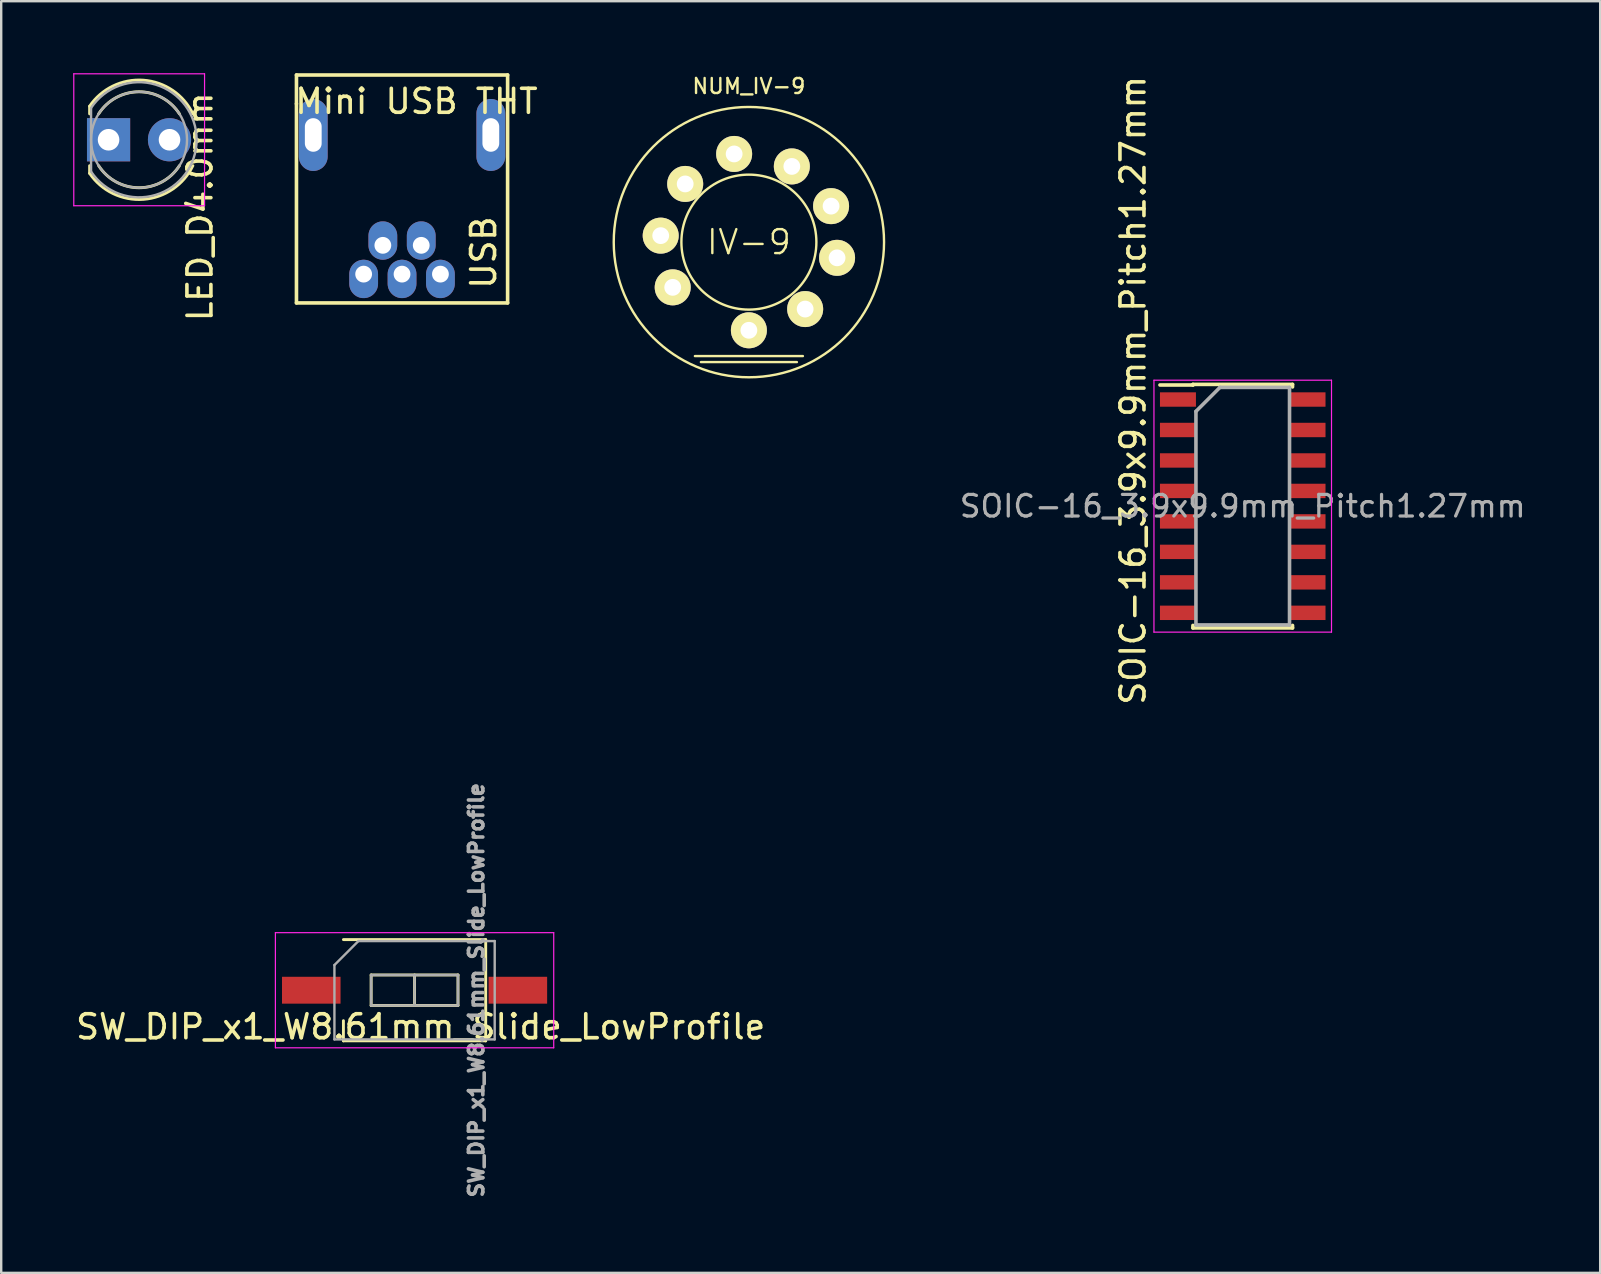
<source format=kicad_pcb>
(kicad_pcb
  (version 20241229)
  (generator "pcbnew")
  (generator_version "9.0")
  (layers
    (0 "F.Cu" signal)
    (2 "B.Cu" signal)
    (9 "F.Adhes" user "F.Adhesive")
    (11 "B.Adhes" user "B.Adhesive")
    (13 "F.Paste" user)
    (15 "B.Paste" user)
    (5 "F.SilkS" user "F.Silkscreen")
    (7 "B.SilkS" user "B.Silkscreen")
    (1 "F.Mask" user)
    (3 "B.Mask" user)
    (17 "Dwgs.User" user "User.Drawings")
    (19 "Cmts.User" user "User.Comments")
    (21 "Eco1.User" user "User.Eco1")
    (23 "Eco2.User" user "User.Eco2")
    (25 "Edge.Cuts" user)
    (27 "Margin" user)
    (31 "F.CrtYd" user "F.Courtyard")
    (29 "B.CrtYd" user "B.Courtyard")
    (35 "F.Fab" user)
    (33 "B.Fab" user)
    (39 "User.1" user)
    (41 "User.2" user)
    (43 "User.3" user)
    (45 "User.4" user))
  (footprint "Mini USB THT"
    (layer "F.Cu")
    (at 13.806 11.075)
    (property "Reference" "Mini USB THT" (at 0.5 -9.9 0) (layer "F.SilkS") (effects (font (size 1 1) (thickness 0.15))))
    (attr through_hole)
    (fp_line (start -4.5 -11) (end -4.5 -9.8) (stroke (width 0.15) (type solid)) (layer "F.SilkS"))
    (fp_line (start -4.5 -11) (end 4.3 -11) (stroke (width 0.15) (type solid)) (layer "F.SilkS"))
    (fp_line (start -4.5 -9.8) (end -4.5 -1.5) (stroke (width 0.15) (type solid)) (layer "F.SilkS"))
    (fp_line (start -4.5 -1.5) (end 4.3 -1.5) (stroke (width 0.15) (type solid)) (layer "F.SilkS"))
    (fp_line (start 4.3 -1.5) (end 4.3 -11) (stroke (width 0.15) (type solid)) (layer "F.SilkS"))
    (fp_text user "USB" (at 3.3 -3.6 270) (layer "F.SilkS") (effects (font (size 1 1) (thickness 0.15))))
    (pad "1" thru_hole oval (at 1.5 -2.7) (size 1.2 1.6) (drill 0.7 (offset 0 0.2)) (layers "*.Cu" "*.Mask"))
    (pad "2" thru_hole oval (at 0.7 -3.9) (size 1.2 1.6) (drill 0.7 (offset 0 -0.2)) (layers "*.Cu" "*.Mask"))
    (pad "3" thru_hole oval (at -0.1 -2.7) (size 1.2 1.6) (drill 0.7 (offset 0 0.2)) (layers "*.Cu" "*.Mask"))
    (pad "4" thru_hole oval (at -0.9 -3.9) (size 1.2 1.6) (drill 0.7 (offset 0 -0.2)) (layers "*.Cu" "*.Mask"))
    (pad "5" thru_hole oval (at -1.7 -2.7) (size 1.2 1.6) (drill 0.7 (offset 0 0.2)) (layers "*.Cu" "*.Mask"))
    (pad "6" thru_hole oval (at -3.8 -8.5) (size 1.2 3) (drill oval 0.7 1.4) (layers "*.Cu" "*.Mask"))
    (pad "6" thru_hole oval (at 3.6 -8.5) (size 1.2 3) (drill oval 0.7 1.4) (layers "*.Cu" "*.Mask")))
  (footprint "NUM_IV-9"
    (layer "F.Cu")
    (at 28.162 7.041)
    (property "Reference" "NUM_IV-9" (at 0 -6.5 0) (layer "F.SilkS") (effects (font (size 0.625 0.625) (thickness 0.1))))
    (attr through_hole)
    (fp_line (start -2.25 4.75) (end 2.25 4.75) (stroke (width 0.1) (type solid)) (layer "F.SilkS"))
    (fp_line (start -2 5) (end 2 5) (stroke (width 0.1) (type solid)) (layer "F.SilkS"))
    (fp_circle (center 0 0) (end 1.989 1.989) (stroke (width 0.1) (type solid)) (fill no) (layer "F.SilkS"))
    (fp_circle (center 0 0) (end 3.983 3.983) (stroke (width 0.1) (type solid)) (fill no) (layer "F.SilkS"))
    (fp_text user "IV-9" (at 0 0 0) (layer "F.SilkS") (effects (font (size 1 1) (thickness 0.1))))
    (pad "1" thru_hole circle (at 0 3.675) (size 1.5 1.5) (drill 0.7) (layers "*.Cu" "*.Mask" "F.SilkS"))
    (pad "2" thru_hole circle (at 2.345 2.79) (size 1.5 1.5) (drill 0.7) (layers "*.Cu" "*.Mask" "F.SilkS"))
    (pad "3" thru_hole circle (at 3.675 0.655) (size 1.5 1.5) (drill 0.7) (layers "*.Cu" "*.Mask" "F.SilkS"))
    (pad "4" thru_hole circle (at 3.425 -1.5) (size 1.5 1.5) (drill 0.7) (layers "*.Cu" "*.Mask" "F.SilkS"))
    (pad "5" thru_hole circle (at 1.79 -3.155) (size 1.5 1.5) (drill 0.7) (layers "*.Cu" "*.Mask" "F.SilkS"))
    (pad "6" thru_hole circle (at -0.615 -3.675) (size 1.5 1.5) (drill 0.7) (layers "*.Cu" "*.Mask" "F.SilkS"))
    (pad "7" thru_hole circle (at -2.655 -2.425) (size 1.5 1.5) (drill 0.7) (layers "*.Cu" "*.Mask" "F.SilkS"))
    (pad "8" thru_hole circle (at -3.675 -0.27) (size 1.5 1.5) (drill 0.7) (layers "*.Cu" "*.Mask" "F.SilkS"))
    (pad "9" thru_hole circle (at -3.175 1.885) (size 1.5 1.5) (drill 0.7) (layers "*.Cu" "*.Mask" "F.SilkS")))
  (footprint "LED_D4.0mm"
    (layer "F.Cu")
    (at 1.475 2.775)
    (property "Reference" "LED_D4.0mm" (at 3.81 2.794 90) (layer "F.SilkS") (effects (font (size 1 1) (thickness 0.15))))
    (attr through_hole)
    (fp_line (start -0.79 -1.399) (end -0.79 -1.08) (stroke (width 0.12) (type solid)) (layer "F.SilkS"))
    (fp_line (start -0.79 1.08) (end -0.79 1.399) (stroke (width 0.12) (type solid)) (layer "F.SilkS"))
    (fp_arc (start -0.79 -1.398749) (mid 1.453519 -2.483228) (end 3.513242 -1.080724) (stroke (width 0.12) (type solid)) (layer "F.SilkS"))
    (fp_arc (start -0.41333 -1.08) (mid 1.269429 -2) (end 2.952713 -1.080961) (stroke (width 0.12) (type solid)) (layer "F.SilkS"))
    (fp_arc (start 2.952713 1.080961) (mid 1.269429 2) (end -0.41333 1.08) (stroke (width 0.12) (type solid)) (layer "F.SilkS"))
    (fp_arc (start 3.513242 1.080724) (mid 1.453519 2.483228) (end -0.79 1.398749) (stroke (width 0.12) (type solid)) (layer "F.SilkS"))
    (fp_line (start -1.45 -2.75) (end -1.45 2.75) (stroke (width 0.05) (type solid)) (layer "F.CrtYd"))
    (fp_line (start -1.45 2.75) (end 4 2.75) (stroke (width 0.05) (type solid)) (layer "F.CrtYd"))
    (fp_line (start 4 -2.75) (end -1.45 -2.75) (stroke (width 0.05) (type solid)) (layer "F.CrtYd"))
    (fp_line (start 4 2.75) (end 4 -2.75) (stroke (width 0.05) (type solid)) (layer "F.CrtYd"))
    (fp_line (start -0.73 -1.327) (end -0.73 1.327) (stroke (width 0.1) (type solid)) (layer "F.Fab"))
    (fp_arc (start -0.73 -1.32665) (mid 3.67 0.000306) (end -0.730339 1.32614) (stroke (width 0.1) (type solid)) (layer "F.Fab"))
    (fp_circle (center 1.27 0) (end 3.27 0) (stroke (width 0.1) (type solid)) (fill no) (layer "F.Fab"))
    (pad "1" thru_hole rect (at 0 0) (size 1.8 1.8) (drill 0.9) (layers "*.Cu" "*.Mask"))
    (pad "2" thru_hole circle (at 2.54 0) (size 1.8 1.8) (drill 0.9) (layers "*.Cu" "*.Mask")))
  (footprint "SOIC-16_3.9x9.9mm_Pitch1.27mm"
    (layer "F.Cu")
    (at 48.744 18.046)
    (property "Reference" "SOIC-16_3.9x9.9mm_Pitch1.27mm" (at -4.572 -4.826 270) (layer "F.SilkS") (effects (font (size 1 1) (thickness 0.15))))
    (attr smd)
    (fp_line (start -2.075 -5.075) (end -2.075 -5.05) (stroke (width 0.15) (type solid)) (layer "F.SilkS"))
    (fp_line (start -2.075 -5.075) (end 2.075 -5.075) (stroke (width 0.15) (type solid)) (layer "F.SilkS"))
    (fp_line (start -2.075 -5.05) (end -3.45 -5.05) (stroke (width 0.15) (type solid)) (layer "F.SilkS"))
    (fp_line (start -2.075 5.075) (end -2.075 4.97) (stroke (width 0.15) (type solid)) (layer "F.SilkS"))
    (fp_line (start -2.075 5.075) (end 2.075 5.075) (stroke (width 0.15) (type solid)) (layer "F.SilkS"))
    (fp_line (start 2.075 -5.075) (end 2.075 -4.97) (stroke (width 0.15) (type solid)) (layer "F.SilkS"))
    (fp_line (start 2.075 5.075) (end 2.075 4.97) (stroke (width 0.15) (type solid)) (layer "F.SilkS"))
    (fp_line (start -3.7 -5.25) (end -3.7 5.25) (stroke (width 0.05) (type solid)) (layer "F.CrtYd"))
    (fp_line (start -3.7 -5.25) (end 3.7 -5.25) (stroke (width 0.05) (type solid)) (layer "F.CrtYd"))
    (fp_line (start -3.7 5.25) (end 3.7 5.25) (stroke (width 0.05) (type solid)) (layer "F.CrtYd"))
    (fp_line (start 3.7 -5.25) (end 3.7 5.25) (stroke (width 0.05) (type solid)) (layer "F.CrtYd"))
    (fp_line (start -1.95 -3.95) (end -0.95 -4.95) (stroke (width 0.15) (type solid)) (layer "F.Fab"))
    (fp_line (start -1.95 4.95) (end -1.95 -3.95) (stroke (width 0.15) (type solid)) (layer "F.Fab"))
    (fp_line (start -0.95 -4.95) (end 1.95 -4.95) (stroke (width 0.15) (type solid)) (layer "F.Fab"))
    (fp_line (start 1.95 -4.95) (end 1.95 4.95) (stroke (width 0.15) (type solid)) (layer "F.Fab"))
    (fp_line (start 1.95 4.95) (end -1.95 4.95) (stroke (width 0.15) (type solid)) (layer "F.Fab"))
    (fp_text user "${REFERENCE}" (at 0 0 0) (layer "F.Fab") (effects (font (size 0.9 0.9) (thickness 0.135))))
    (pad "1" smd rect (at -2.7 -4.445) (size 1.5 0.6) (layers "F.Cu" "F.Mask" "F.Paste"))
    (pad "2" smd rect (at -2.7 -3.175) (size 1.5 0.6) (layers "F.Cu" "F.Mask" "F.Paste"))
    (pad "3" smd rect (at -2.7 -1.905) (size 1.5 0.6) (layers "F.Cu" "F.Mask" "F.Paste"))
    (pad "4" smd rect (at -2.7 -0.635) (size 1.5 0.6) (layers "F.Cu" "F.Mask" "F.Paste"))
    (pad "5" smd rect (at -2.7 0.635) (size 1.5 0.6) (layers "F.Cu" "F.Mask" "F.Paste"))
    (pad "6" smd rect (at -2.7 1.905) (size 1.5 0.6) (layers "F.Cu" "F.Mask" "F.Paste"))
    (pad "7" smd rect (at -2.7 3.175) (size 1.5 0.6) (layers "F.Cu" "F.Mask" "F.Paste"))
    (pad "8" smd rect (at -2.7 4.445) (size 1.5 0.6) (layers "F.Cu" "F.Mask" "F.Paste"))
    (pad "9" smd rect (at 2.7 4.445) (size 1.5 0.6) (layers "F.Cu" "F.Mask" "F.Paste"))
    (pad "10" smd rect (at 2.7 3.175) (size 1.5 0.6) (layers "F.Cu" "F.Mask" "F.Paste"))
    (pad "11" smd rect (at 2.7 1.905) (size 1.5 0.6) (layers "F.Cu" "F.Mask" "F.Paste"))
    (pad "12" smd rect (at 2.7 0.635) (size 1.5 0.6) (layers "F.Cu" "F.Mask" "F.Paste"))
    (pad "13" smd rect (at 2.7 -0.635) (size 1.5 0.6) (layers "F.Cu" "F.Mask" "F.Paste"))
    (pad "14" smd rect (at 2.7 -1.905) (size 1.5 0.6) (layers "F.Cu" "F.Mask" "F.Paste"))
    (pad "15" smd rect (at 2.7 -3.175) (size 1.5 0.6) (layers "F.Cu" "F.Mask" "F.Paste"))
    (pad "16" smd rect (at 2.7 -4.445) (size 1.5 0.6) (layers "F.Cu" "F.Mask" "F.Paste")))
  (footprint "SW_DIP_x1_W8.61mm_Slide_LowProfile"
    (layer "F.Cu")
    (at 14.228 38.22)
    (property "Reference" "SW_DIP_x1_W8.61mm_Slide_LowProfile" (at 0.254 1.524 0) (layer "F.SilkS") (effects (font (size 1 1) (thickness 0.15))))
    (attr smd)
    (fp_line (start -2.965 -2.11) (end 2.965 -2.11) (stroke (width 0.12) (type solid)) (layer "F.SilkS"))
    (fp_line (start -2.965 2.11) (end -2.965 1.27) (stroke (width 0.12) (type solid)) (layer "F.SilkS"))
    (fp_line (start -1.81 -0.635) (end -1.81 0.635) (stroke (width 0.12) (type solid)) (layer "F.SilkS"))
    (fp_line (start -1.81 0.635) (end 1.81 0.635) (stroke (width 0.12) (type solid)) (layer "F.SilkS"))
    (fp_line (start 0 -0.635) (end 0 0.635) (stroke (width 0.12) (type solid)) (layer "F.SilkS"))
    (fp_line (start 1.81 -0.635) (end -1.81 -0.635) (stroke (width 0.12) (type solid)) (layer "F.SilkS"))
    (fp_line (start 1.81 0.635) (end 1.81 -0.635) (stroke (width 0.12) (type solid)) (layer "F.SilkS"))
    (fp_line (start 2.965 -2.11) (end 2.965 2.11) (stroke (width 0.12) (type solid)) (layer "F.SilkS"))
    (fp_line (start 2.965 2.11) (end -2.965 2.11) (stroke (width 0.12) (type solid)) (layer "F.SilkS"))
    (fp_line (start -5.8 -2.4) (end -5.8 2.4) (stroke (width 0.05) (type solid)) (layer "F.CrtYd"))
    (fp_line (start -5.8 2.4) (end 5.8 2.4) (stroke (width 0.05) (type solid)) (layer "F.CrtYd"))
    (fp_line (start 5.8 -2.4) (end -5.8 -2.4) (stroke (width 0.05) (type solid)) (layer "F.CrtYd"))
    (fp_line (start 5.8 2.4) (end 5.8 -2.4) (stroke (width 0.05) (type solid)) (layer "F.CrtYd"))
    (fp_line (start -3.34 -1.05) (end -2.34 -2.05) (stroke (width 0.1) (type solid)) (layer "F.Fab"))
    (fp_line (start -3.34 2.05) (end -3.34 -1.05) (stroke (width 0.1) (type solid)) (layer "F.Fab"))
    (fp_line (start -2.34 -2.05) (end 3.34 -2.05) (stroke (width 0.1) (type solid)) (layer "F.Fab"))
    (fp_line (start -1.81 -0.635) (end -1.81 0.635) (stroke (width 0.1) (type solid)) (layer "F.Fab"))
    (fp_line (start -1.81 0.635) (end 1.81 0.635) (stroke (width 0.1) (type solid)) (layer "F.Fab"))
    (fp_line (start 0 -0.635) (end 0 0.635) (stroke (width 0.1) (type solid)) (layer "F.Fab"))
    (fp_line (start 1.81 -0.635) (end -1.81 -0.635) (stroke (width 0.1) (type solid)) (layer "F.Fab"))
    (fp_line (start 1.81 0.635) (end 1.81 -0.635) (stroke (width 0.1) (type solid)) (layer "F.Fab"))
    (fp_line (start 3.34 -2.05) (end 3.34 2.05) (stroke (width 0.1) (type solid)) (layer "F.Fab"))
    (fp_line (start 3.34 2.05) (end -3.34 2.05) (stroke (width 0.1) (type solid)) (layer "F.Fab"))
    (fp_text user "${REFERENCE}" (at 2.575 0 90) (layer "F.Fab") (effects (font (size 0.6 0.6) (thickness 0.15))))
    (pad "1" smd rect (at -4.305 0) (size 2.44 1.12) (layers "F.Cu" "F.Mask" "F.Paste"))
    (pad "2" smd rect (at 4.305 0) (size 2.44 1.12) (layers "F.Cu" "F.Mask" "F.Paste")))
  (gr_rect
    (start -3 -3)
    (end 63.642 49.999)
    (stroke (width 0.1) (type default))
    (fill no)
    (layer "Edge.Cuts")))
</source>
